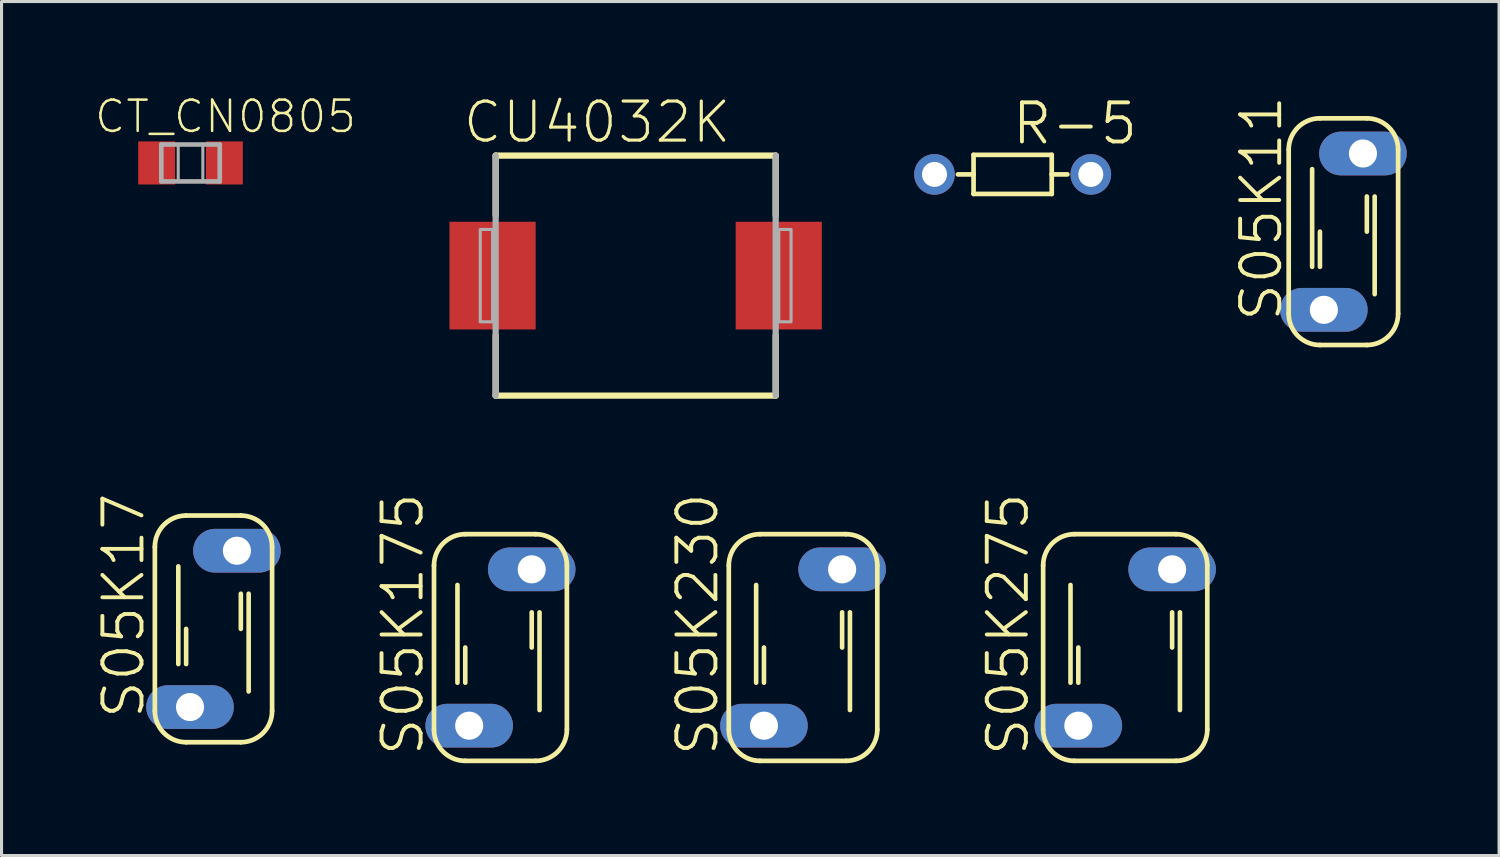
<source format=kicad_pcb>
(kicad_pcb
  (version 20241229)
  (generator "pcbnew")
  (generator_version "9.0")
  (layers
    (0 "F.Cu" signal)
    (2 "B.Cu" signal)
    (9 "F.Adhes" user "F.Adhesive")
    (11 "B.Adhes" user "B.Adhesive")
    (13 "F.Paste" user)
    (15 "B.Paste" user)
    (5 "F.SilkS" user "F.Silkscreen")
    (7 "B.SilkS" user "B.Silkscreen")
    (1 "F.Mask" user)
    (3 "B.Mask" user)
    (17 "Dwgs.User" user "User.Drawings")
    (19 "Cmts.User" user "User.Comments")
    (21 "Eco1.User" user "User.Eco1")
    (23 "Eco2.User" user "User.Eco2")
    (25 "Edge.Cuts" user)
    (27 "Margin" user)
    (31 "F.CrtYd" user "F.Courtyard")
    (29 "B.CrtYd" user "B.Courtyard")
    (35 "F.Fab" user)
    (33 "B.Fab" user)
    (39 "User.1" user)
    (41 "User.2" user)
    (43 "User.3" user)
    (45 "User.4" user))
  (footprint "S05K11"
    (layer "F.Cu")
    (at 40.604 4.478)
    (property "Reference" "S05K11" (at -2.667 -0.756 90) (layer "F.SilkS") (effects (font (size 1.27 1.27) (thickness 0.127))))
    (attr through_hole)
    (fp_line (start -1.778 -2.667) (end -1.778 2.667) (stroke (width 0.152) (type solid)) (layer "F.SilkS"))
    (fp_line (start -1.016 1.143) (end -1.016 -2.032) (stroke (width 0.15) (type solid)) (layer "F.SilkS"))
    (fp_line (start -0.762 -3.683) (end 0.762 -3.683) (stroke (width 0.152) (type solid)) (layer "F.SilkS"))
    (fp_line (start -0.762 1.143) (end -0.762 0) (stroke (width 0.15) (type solid)) (layer "F.SilkS"))
    (fp_line (start -0.762 3.683) (end 0.762 3.683) (stroke (width 0.152) (type solid)) (layer "F.SilkS"))
    (fp_line (start 0.762 0) (end 0.762 -1.143) (stroke (width 0.15) (type solid)) (layer "F.SilkS"))
    (fp_line (start 1.016 2.032) (end 1.016 -1.143) (stroke (width 0.15) (type solid)) (layer "F.SilkS"))
    (fp_line (start 1.778 -2.667) (end 1.778 2.667) (stroke (width 0.152) (type solid)) (layer "F.SilkS"))
    (fp_arc (start -1.778 -2.667) (mid -1.48042 -3.38542) (end -0.762 -3.683) (stroke (width 0.1524) (type solid)) (layer "F.SilkS"))
    (fp_arc (start -0.762 3.683) (mid -1.48042 3.38542) (end -1.778 2.667) (stroke (width 0.1524) (type solid)) (layer "F.SilkS"))
    (fp_arc (start 0.762 -3.683) (mid 1.48042 -3.38542) (end 1.778 -2.667) (stroke (width 0.1524) (type solid)) (layer "F.SilkS"))
    (fp_arc (start 1.778 2.667) (mid 1.48042 3.38542) (end 0.762 3.683) (stroke (width 0.1524) (type solid)) (layer "F.SilkS"))
    (pad "1" thru_hole oval (at -0.635 2.54) (size 2.845 1.422) (drill 0.914) (layers "*.Cu" "*.Mask"))
    (pad "2" thru_hole oval (at 0.635 -2.54) (size 2.845 1.422) (drill 0.914) (layers "*.Cu" "*.Mask")))
  (footprint "CT_CN0805"
    (layer "F.Cu")
    (at 3.141 2.245)
    (property "Reference" "CT_CN0805" (at 1.137 -1.508 0) (layer "F.SilkS") (effects (font (size 1.016 1.016) (thickness 0.081))))
    (attr through_hole)
    (fp_line (start -0.95 -0.6) (end 0.95 -0.6) (stroke (width 0.15) (type solid)) (layer "F.Fab"))
    (fp_line (start -0.95 0.6) (end -0.95 -0.6) (stroke (width 0.15) (type solid)) (layer "F.Fab"))
    (fp_line (start 0.95 -0.6) (end 0.95 0.6) (stroke (width 0.15) (type solid)) (layer "F.Fab"))
    (fp_line (start 0.95 0.6) (end -0.95 0.6) (stroke (width 0.15) (type solid)) (layer "F.Fab"))
    (fp_poly (pts (xy -0.95 -0.6) (xy -0.4 -0.6) (xy -0.4 0.6) (xy -0.95 0.6)) (stroke (width 0.1) (type solid)) (fill no) (layer "F.Fab"))
    (fp_poly (pts (xy 0.4 -0.6) (xy 0.95 -0.6) (xy 0.95 0.6) (xy 0.4 0.6)) (stroke (width 0.1) (type solid)) (fill no) (layer "F.Fab"))
    (pad "1" smd rect (at -1.1 0) (size 1.2 1.4) (layers "F.Cu" "F.Mask" "F.Paste"))
    (pad "2" smd rect (at 1.1 0) (size 1.2 1.4) (layers "F.Cu" "F.Mask" "F.Paste")))
  (footprint "S05K230"
    (layer "F.Cu")
    (at 23.045 17.991)
    (property "Reference" "S05K230" (at -3.429 -0.756 90) (layer "F.SilkS") (effects (font (size 1.27 1.27) (thickness 0.127))))
    (attr through_hole)
    (fp_line (start -2.413 -2.667) (end -2.413 2.667) (stroke (width 0.152) (type solid)) (layer "F.SilkS"))
    (fp_line (start -1.524 1.143) (end -1.524 -2.032) (stroke (width 0.15) (type solid)) (layer "F.SilkS"))
    (fp_line (start -1.397 -3.683) (end 1.397 -3.683) (stroke (width 0.152) (type solid)) (layer "F.SilkS"))
    (fp_line (start -1.397 3.683) (end 1.397 3.683) (stroke (width 0.152) (type solid)) (layer "F.SilkS"))
    (fp_line (start -1.27 1.143) (end -1.27 0) (stroke (width 0.15) (type solid)) (layer "F.SilkS"))
    (fp_line (start 1.27 0) (end 1.27 -1.143) (stroke (width 0.15) (type solid)) (layer "F.SilkS"))
    (fp_line (start 1.524 2.032) (end 1.524 -1.143) (stroke (width 0.15) (type solid)) (layer "F.SilkS"))
    (fp_line (start 2.413 -2.667) (end 2.413 2.667) (stroke (width 0.152) (type solid)) (layer "F.SilkS"))
    (fp_arc (start -2.413 -2.667) (mid -2.11542 -3.38542) (end -1.397 -3.683) (stroke (width 0.1524) (type solid)) (layer "F.SilkS"))
    (fp_arc (start -1.397 3.683) (mid -2.11542 3.38542) (end -2.413 2.667) (stroke (width 0.1524) (type solid)) (layer "F.SilkS"))
    (fp_arc (start 1.397 -3.683) (mid 2.11542 -3.38542) (end 2.413 -2.667) (stroke (width 0.1524) (type solid)) (layer "F.SilkS"))
    (fp_arc (start 2.413 2.667) (mid 2.11542 3.38542) (end 1.397 3.683) (stroke (width 0.1524) (type solid)) (layer "F.SilkS"))
    (pad "1" thru_hole oval (at -1.27 2.54) (size 2.845 1.422) (drill 0.914) (layers "*.Cu" "*.Mask"))
    (pad "2" thru_hole oval (at 1.27 -2.54) (size 2.845 1.422) (drill 0.914) (layers "*.Cu" "*.Mask")))
  (footprint "S05K175"
    (layer "F.Cu")
    (at 13.212 17.991)
    (property "Reference" "S05K175" (at -3.175 -0.756 90) (layer "F.SilkS") (effects (font (size 1.27 1.27) (thickness 0.127))))
    (attr through_hole)
    (fp_line (start -2.159 -2.667) (end -2.159 2.667) (stroke (width 0.152) (type solid)) (layer "F.SilkS"))
    (fp_line (start -1.397 1.143) (end -1.397 -2.032) (stroke (width 0.15) (type solid)) (layer "F.SilkS"))
    (fp_line (start -1.143 -3.683) (end 1.143 -3.683) (stroke (width 0.152) (type solid)) (layer "F.SilkS"))
    (fp_line (start -1.143 1.143) (end -1.143 0) (stroke (width 0.15) (type solid)) (layer "F.SilkS"))
    (fp_line (start -1.143 3.683) (end 1.143 3.683) (stroke (width 0.152) (type solid)) (layer "F.SilkS"))
    (fp_line (start 1.016 0) (end 1.016 -1.143) (stroke (width 0.15) (type solid)) (layer "F.SilkS"))
    (fp_line (start 1.27 2.032) (end 1.27 -1.143) (stroke (width 0.15) (type solid)) (layer "F.SilkS"))
    (fp_line (start 2.159 -2.667) (end 2.159 2.667) (stroke (width 0.152) (type solid)) (layer "F.SilkS"))
    (fp_arc (start -2.159 -2.667) (mid -1.86142 -3.38542) (end -1.143 -3.683) (stroke (width 0.1524) (type solid)) (layer "F.SilkS"))
    (fp_arc (start -1.143 3.683) (mid -1.86142 3.38542) (end -2.159 2.667) (stroke (width 0.1524) (type solid)) (layer "F.SilkS"))
    (fp_arc (start 1.143 -3.683) (mid 1.86142 -3.38542) (end 2.159 -2.667) (stroke (width 0.1524) (type solid)) (layer "F.SilkS"))
    (fp_arc (start 2.159 2.667) (mid 1.86142 3.38542) (end 1.143 3.683) (stroke (width 0.1524) (type solid)) (layer "F.SilkS"))
    (pad "1" thru_hole oval (at -1.016 2.54) (size 2.845 1.422) (drill 0.914) (layers "*.Cu" "*.Mask"))
    (pad "2" thru_hole oval (at 1.016 -2.54) (size 2.845 1.422) (drill 0.914) (layers "*.Cu" "*.Mask")))
  (footprint "S05K275"
    (layer "F.Cu")
    (at 33.514 17.991)
    (property "Reference" "S05K275" (at -3.81 -0.756 90) (layer "F.SilkS") (effects (font (size 1.27 1.27) (thickness 0.127))))
    (attr through_hole)
    (fp_line (start -2.667 -2.667) (end -2.667 2.667) (stroke (width 0.152) (type solid)) (layer "F.SilkS"))
    (fp_line (start -1.778 1.143) (end -1.778 -2.032) (stroke (width 0.15) (type solid)) (layer "F.SilkS"))
    (fp_line (start -1.651 -3.683) (end 1.651 -3.683) (stroke (width 0.152) (type solid)) (layer "F.SilkS"))
    (fp_line (start -1.651 3.683) (end 1.651 3.683) (stroke (width 0.152) (type solid)) (layer "F.SilkS"))
    (fp_line (start -1.524 1.143) (end -1.524 0) (stroke (width 0.15) (type solid)) (layer "F.SilkS"))
    (fp_line (start 1.524 0) (end 1.524 -1.143) (stroke (width 0.15) (type solid)) (layer "F.SilkS"))
    (fp_line (start 1.778 2.032) (end 1.778 -1.143) (stroke (width 0.15) (type solid)) (layer "F.SilkS"))
    (fp_line (start 2.667 -2.667) (end 2.667 2.667) (stroke (width 0.152) (type solid)) (layer "F.SilkS"))
    (fp_arc (start -2.667 -2.667) (mid -2.36942 -3.38542) (end -1.651 -3.683) (stroke (width 0.1524) (type solid)) (layer "F.SilkS"))
    (fp_arc (start -1.651 3.683) (mid -2.36942 3.38542) (end -2.667 2.667) (stroke (width 0.1524) (type solid)) (layer "F.SilkS"))
    (fp_arc (start 1.651 -3.683) (mid 2.36942 -3.38542) (end 2.667 -2.667) (stroke (width 0.1524) (type solid)) (layer "F.SilkS"))
    (fp_arc (start 2.667 2.667) (mid 2.36942 3.38542) (end 1.651 3.683) (stroke (width 0.1524) (type solid)) (layer "F.SilkS"))
    (pad "1" thru_hole oval (at -1.524 2.54) (size 2.845 1.422) (drill 0.914) (layers "*.Cu" "*.Mask"))
    (pad "2" thru_hole oval (at 1.524 -2.54) (size 2.845 1.422) (drill 0.914) (layers "*.Cu" "*.Mask")))
  (footprint "S05K17"
    (layer "F.Cu")
    (at 3.887 17.386)
    (property "Reference" "S05K17" (at -2.921 -0.756 90) (layer "F.SilkS") (effects (font (size 1.27 1.27) (thickness 0.127))))
    (attr through_hole)
    (fp_line (start -1.905 -2.667) (end -1.905 2.667) (stroke (width 0.152) (type solid)) (layer "F.SilkS"))
    (fp_line (start -1.143 1.143) (end -1.143 -2.032) (stroke (width 0.15) (type solid)) (layer "F.SilkS"))
    (fp_line (start -0.889 -3.683) (end 0.889 -3.683) (stroke (width 0.152) (type solid)) (layer "F.SilkS"))
    (fp_line (start -0.889 1.143) (end -0.889 0) (stroke (width 0.15) (type solid)) (layer "F.SilkS"))
    (fp_line (start -0.889 3.683) (end 0.889 3.683) (stroke (width 0.152) (type solid)) (layer "F.SilkS"))
    (fp_line (start 0.889 0) (end 0.889 -1.143) (stroke (width 0.15) (type solid)) (layer "F.SilkS"))
    (fp_line (start 1.143 2.032) (end 1.143 -1.143) (stroke (width 0.15) (type solid)) (layer "F.SilkS"))
    (fp_line (start 1.905 -2.667) (end 1.905 2.667) (stroke (width 0.152) (type solid)) (layer "F.SilkS"))
    (fp_arc (start -1.905 -2.667) (mid -1.60742 -3.38542) (end -0.889 -3.683) (stroke (width 0.1524) (type solid)) (layer "F.SilkS"))
    (fp_arc (start -0.889 3.683) (mid -1.60742 3.38542) (end -1.905 2.667) (stroke (width 0.1524) (type solid)) (layer "F.SilkS"))
    (fp_arc (start 0.889 -3.683) (mid 1.60742 -3.38542) (end 1.905 -2.667) (stroke (width 0.1524) (type solid)) (layer "F.SilkS"))
    (fp_arc (start 1.905 2.667) (mid 1.60742 3.38542) (end 0.889 3.683) (stroke (width 0.1524) (type solid)) (layer "F.SilkS"))
    (pad "1" thru_hole oval (at -0.762 2.54) (size 2.845 1.422) (drill 0.914) (layers "*.Cu" "*.Mask"))
    (pad "2" thru_hole oval (at 0.762 -2.54) (size 2.845 1.422) (drill 0.914) (layers "*.Cu" "*.Mask")))
  (footprint "CU4032K"
    (layer "F.Cu")
    (at 17.606 5.906)
    (property "Reference" "CU4032K" (at -1.254 -4.985 0) (layer "F.SilkS") (effects (font (size 1.27 1.27) (thickness 0.102))))
    (attr through_hole)
    (fp_line (start -4.55 -3.9) (end 4.55 -3.9) (stroke (width 0.203) (type solid)) (layer "F.SilkS"))
    (fp_line (start -4.55 -1.95) (end -4.55 -3.9) (stroke (width 0.203) (type solid)) (layer "F.SilkS"))
    (fp_line (start -4.55 3.9) (end -4.55 1.95) (stroke (width 0.203) (type solid)) (layer "F.SilkS"))
    (fp_line (start 4.55 -3.9) (end 4.55 -1.95) (stroke (width 0.203) (type solid)) (layer "F.SilkS"))
    (fp_line (start 4.55 1.95) (end 4.55 3.9) (stroke (width 0.203) (type solid)) (layer "F.SilkS"))
    (fp_line (start 4.55 3.9) (end -4.55 3.9) (stroke (width 0.203) (type solid)) (layer "F.SilkS"))
    (fp_line (start -4.55 3.9) (end -4.55 -3.9) (stroke (width 0.203) (type solid)) (layer "F.Fab"))
    (fp_line (start 4.55 -3.9) (end 4.55 3.9) (stroke (width 0.203) (type solid)) (layer "F.Fab"))
    (fp_poly (pts (xy -5.05 -1.5) (xy -4.65 -1.5) (xy -4.65 1.5) (xy -5.05 1.5)) (stroke (width 0.1) (type solid)) (fill no) (layer "F.Fab"))
    (fp_poly (pts (xy 4.65 -1.5) (xy 5.05 -1.5) (xy 5.05 1.5) (xy 4.65 1.5)) (stroke (width 0.1) (type solid)) (fill no) (layer "F.Fab"))
    (pad "1" smd rect (at -4.65 0) (size 2.8 3.5) (layers "F.Cu" "F.Mask" "F.Paste"))
    (pad "2" smd rect (at 4.65 0) (size 2.8 3.5) (layers "F.Cu" "F.Mask" "F.Paste")))
  (footprint "R-5"
    (layer "F.Cu")
    (at 29.856 2.617)
    (property "Reference" "R-5" (at 2.026 -1.651 0) (layer "F.SilkS") (effects (font (size 1.27 1.27) (thickness 0.127))))
    (attr through_hole)
    (fp_line (start -1.778 0) (end -1.27 0) (stroke (width 0.152) (type solid)) (layer "F.SilkS"))
    (fp_line (start -1.27 -0.635) (end -1.27 0) (stroke (width 0.152) (type solid)) (layer "F.SilkS"))
    (fp_line (start -1.27 -0.635) (end 1.27 -0.635) (stroke (width 0.152) (type solid)) (layer "F.SilkS"))
    (fp_line (start -1.27 0) (end -1.27 0.635) (stroke (width 0.152) (type solid)) (layer "F.SilkS"))
    (fp_line (start 1.27 -0.635) (end 1.27 0) (stroke (width 0.152) (type solid)) (layer "F.SilkS"))
    (fp_line (start 1.27 0) (end 1.27 0.635) (stroke (width 0.152) (type solid)) (layer "F.SilkS"))
    (fp_line (start 1.27 0) (end 1.778 0) (stroke (width 0.152) (type solid)) (layer "F.SilkS"))
    (fp_line (start 1.27 0.635) (end -1.27 0.635) (stroke (width 0.152) (type solid)) (layer "F.SilkS"))
    (pad "1" thru_hole circle (at -2.54 0) (size 1.321 1.321) (drill 0.813) (layers "*.Cu" "*.Mask"))
    (pad "2" thru_hole circle (at 2.54 0) (size 1.321 1.321) (drill 0.813) (layers "*.Cu" "*.Mask")))
  (gr_rect
    (start -3 -3)
    (end 45.662 24.75)
    (stroke (width 0.1) (type default))
    (fill no)
    (layer "Edge.Cuts")))
</source>
